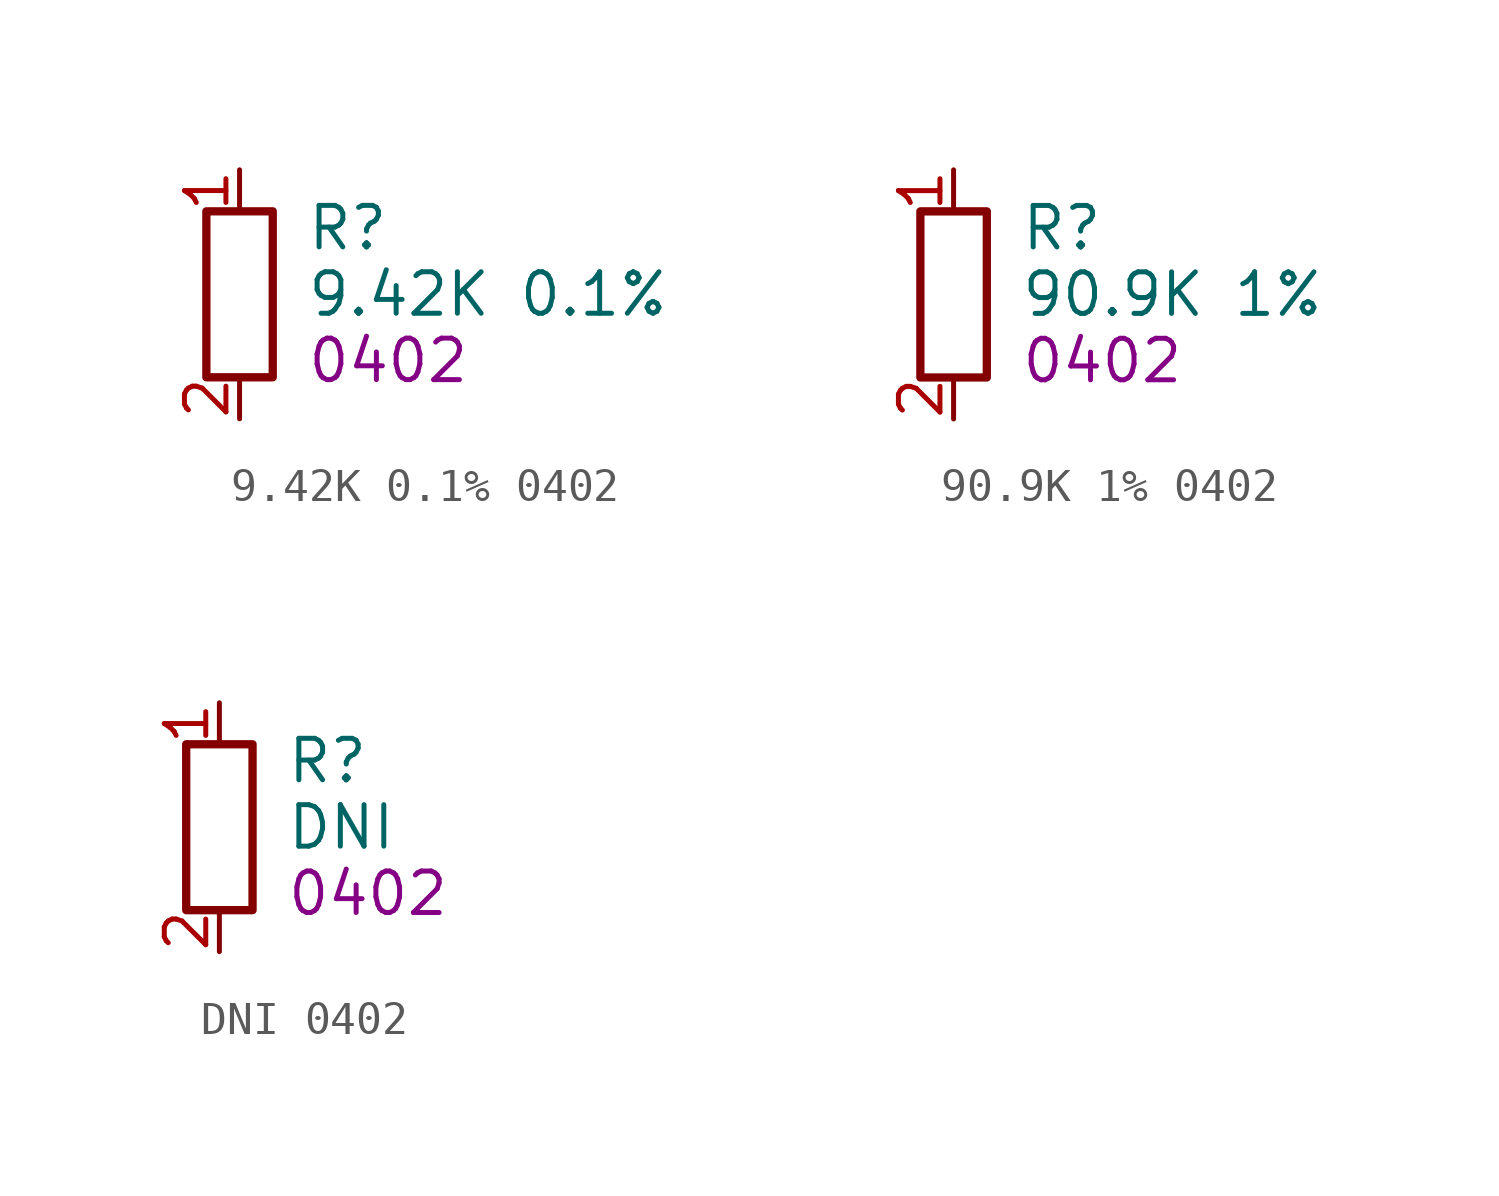
<source format=kicad_sym>
(kicad_symbol_lib
  (version 20241209)
  (generator "kicad_symbol_editor")
  (generator_version "9.0")
  (symbol "9.42K 0.1% 0402"
    (property "Reference" "R"
      (at 2.032 2.032 0)
      (effects (font (size 1.27 1.27)) (justify left)))
    (property "Value" "9.42K 0.1%"
      (at 2.032 0 0)
      (effects (font (size 1.27 1.27)) (justify left)))
    (property "FOOTPRINT_SHORT" "0402"
      (at 2.032 -2.032 0)
      (effects (font (size 1.27 1.27)) (justify left)))
    (symbol "9.42K 0.1% 0402_0_1"
      (rectangle (start -1.016 2.54) (end 1.016 -2.54) (stroke (width 0.254) (type default)) (fill (type none))))
    (symbol "9.42K 0.1% 0402_1_1"
      (pin passive line (at 0 3.81 270) (length 1.27) (name "~" (effects (font (size 1.27 1.27)))) (number "1" (effects (font (size 1.27 1.27)))))
      (pin passive line (at 0 -3.81 90) (length 1.27) (name "~" (effects (font (size 1.27 1.27)))) (number "2" (effects (font (size 1.27 1.27)))))))
  (symbol "90.9K 1% 0402"
    (property "Reference" "R"
      (at 2.032 2.032 0)
      (effects (font (size 1.27 1.27)) (justify left)))
    (property "Value" "90.9K 1%"
      (at 2.032 0 0)
      (effects (font (size 1.27 1.27)) (justify left)))
    (property "FOOTPRINT_SHORT" "0402"
      (at 2.032 -2.032 0)
      (effects (font (size 1.27 1.27)) (justify left)))
    (symbol "90.9K 1% 0402_0_1"
      (rectangle (start -1.016 2.54) (end 1.016 -2.54) (stroke (width 0.254) (type default)) (fill (type none))))
    (symbol "90.9K 1% 0402_1_1"
      (pin passive line (at 0 3.81 270) (length 1.27) (name "~" (effects (font (size 1.27 1.27)))) (number "1" (effects (font (size 1.27 1.27)))))
      (pin passive line (at 0 -3.81 90) (length 1.27) (name "~" (effects (font (size 1.27 1.27)))) (number "2" (effects (font (size 1.27 1.27)))))))
  (symbol "DNI 0402"
    (property "Reference" "R"
      (at 2.032 2.032 0)
      (effects (font (size 1.27 1.27)) (justify left)))
    (property "Value" "DNI"
      (at 2.032 0 0)
      (effects (font (size 1.27 1.27)) (justify left)))
    (property "FOOTPRINT_SHORT" "0402"
      (at 2.032 -2.032 0)
      (effects (font (size 1.27 1.27)) (justify left)))
    (symbol "DNI 0402_0_1"
      (rectangle (start -1.016 2.54) (end 1.016 -2.54) (stroke (width 0.254) (type default)) (fill (type none))))
    (symbol "DNI 0402_1_1"
      (pin passive line (at 0 3.81 270) (length 1.27) (name "~" (effects (font (size 1.27 1.27)))) (number "1" (effects (font (size 1.27 1.27)))))
      (pin passive line (at 0 -3.81 90) (length 1.27) (name "~" (effects (font (size 1.27 1.27)))) (number "2" (effects (font (size 1.27 1.27))))))))
</source>
